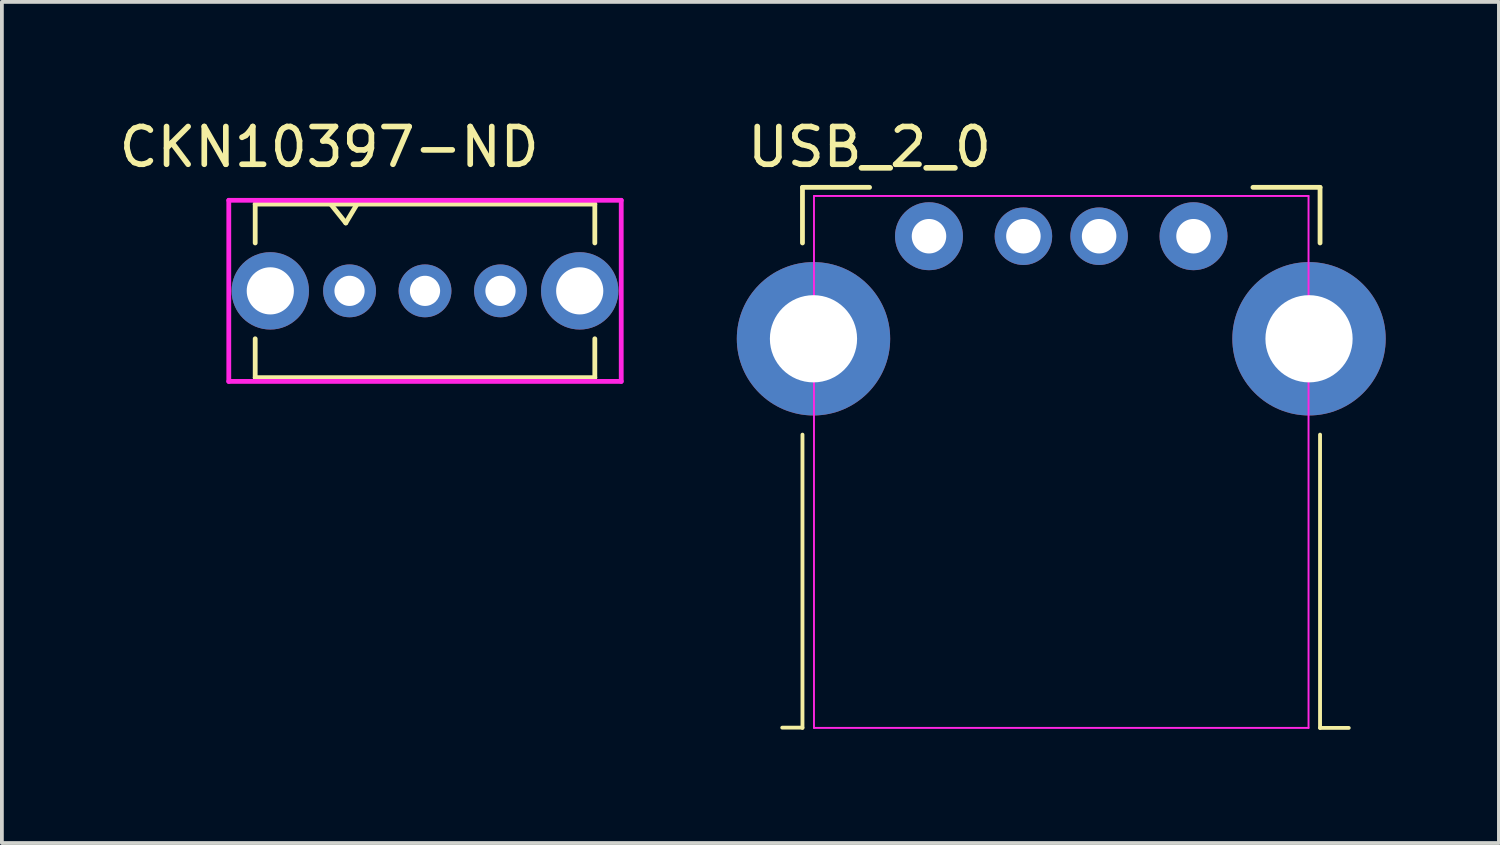
<source format=kicad_pcb>
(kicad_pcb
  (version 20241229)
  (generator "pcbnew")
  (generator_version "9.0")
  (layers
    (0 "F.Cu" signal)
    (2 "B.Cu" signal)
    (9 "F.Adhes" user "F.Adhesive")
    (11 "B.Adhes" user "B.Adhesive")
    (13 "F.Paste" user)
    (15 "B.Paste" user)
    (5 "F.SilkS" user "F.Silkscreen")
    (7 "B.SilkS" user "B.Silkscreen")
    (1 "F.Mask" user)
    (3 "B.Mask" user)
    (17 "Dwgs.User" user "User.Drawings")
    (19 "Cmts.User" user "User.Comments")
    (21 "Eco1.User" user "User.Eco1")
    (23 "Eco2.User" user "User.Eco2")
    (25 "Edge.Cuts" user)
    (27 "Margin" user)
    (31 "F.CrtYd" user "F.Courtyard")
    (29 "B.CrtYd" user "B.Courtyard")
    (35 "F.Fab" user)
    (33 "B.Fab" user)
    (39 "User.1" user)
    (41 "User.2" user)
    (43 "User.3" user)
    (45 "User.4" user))
  (footprint "CKN10397-ND"
    (layer "F.Cu")
    (at 8.213 4.658)
    (property "Reference" "CKN10397-ND" (at -2.54 -3.81 0) (layer "F.SilkS") (effects (font (size 1 1) (thickness 0.15))))
    (attr through_hole)
    (fp_line (start -4.5 -2.3) (end 4.5 -2.3) (stroke (width 0.127) (type solid)) (layer "F.SilkS"))
    (fp_line (start -4.5 -1.27) (end -4.5 -2.3) (stroke (width 0.127) (type solid)) (layer "F.SilkS"))
    (fp_line (start -4.5 2.3) (end -4.5 1.27) (stroke (width 0.127) (type solid)) (layer "F.SilkS"))
    (fp_line (start -4.5 2.3) (end 4.5 2.3) (stroke (width 0.127) (type solid)) (layer "F.SilkS"))
    (fp_line (start -2.5 -2.3) (end -2.1 -1.8) (stroke (width 0.127) (type solid)) (layer "F.SilkS"))
    (fp_line (start -2.1 -1.8) (end -1.8 -2.3) (stroke (width 0.127) (type solid)) (layer "F.SilkS"))
    (fp_line (start 4.5 -1.27) (end 4.5 -2.3) (stroke (width 0.127) (type solid)) (layer "F.SilkS"))
    (fp_line (start 4.5 2.3) (end 4.5 1.27) (stroke (width 0.127) (type solid)) (layer "F.SilkS"))
    (fp_line (start -5.2 -2.4) (end -5.2 2.4) (stroke (width 0.127) (type solid)) (layer "F.CrtYd"))
    (fp_line (start -5.2 -2.4) (end 5.2 -2.4) (stroke (width 0.127) (type solid)) (layer "F.CrtYd"))
    (fp_line (start -5.2 2.4) (end 5.2 2.4) (stroke (width 0.127) (type solid)) (layer "F.CrtYd"))
    (fp_line (start 5.2 -2.4) (end 5.2 2.4) (stroke (width 0.127) (type solid)) (layer "F.CrtYd"))
    (pad "1" thru_hole circle (at -2 0) (size 1.4 1.4) (drill 0.8) (layers "*.Cu" "*.Mask"))
    (pad "2" thru_hole circle (at 0 0) (size 1.4 1.4) (drill 0.8) (layers "*.Cu" "*.Mask"))
    (pad "3" thru_hole circle (at 2 0) (size 1.4 1.4) (drill 0.8) (layers "*.Cu" "*.Mask"))
    (pad "4" thru_hole circle (at 4.1 0) (size 2.05 2.05) (drill 1.25) (layers "*.Cu" "*.Mask"))
    (pad "5" thru_hole circle (at -4.1 0) (size 2.05 2.05) (drill 1.25) (layers "*.Cu" "*.Mask")))
  (footprint "USB_2_0"
    (layer "F.Cu")
    (at 25.074 5.928)
    (property "Reference" "USB_2_0" (at -5.08 -5.08 0) (layer "F.SilkS") (effects (font (size 1 1) (thickness 0.15))))
    (attr through_hole)
    (fp_line (start -6.858 -4.013) (end -6.858 -2.54) (stroke (width 0.127) (type solid)) (layer "F.SilkS"))
    (fp_line (start -6.858 -4.013) (end -5.08 -4.013) (stroke (width 0.127) (type solid)) (layer "F.SilkS"))
    (fp_line (start -6.858 2.54) (end -6.858 10.312) (stroke (width 0.102) (type solid)) (layer "F.SilkS"))
    (fp_line (start -6.858 10.305) (end -7.395 10.305) (stroke (width 0.1) (type solid)) (layer "F.SilkS"))
    (fp_line (start 5.08 -4.013) (end 6.858 -4.013) (stroke (width 0.127) (type solid)) (layer "F.SilkS"))
    (fp_line (start 6.858 -4.013) (end 6.858 -2.54) (stroke (width 0.127) (type solid)) (layer "F.SilkS"))
    (fp_line (start 6.858 2.54) (end 6.858 10.312) (stroke (width 0.102) (type solid)) (layer "F.SilkS"))
    (fp_line (start 6.858 10.312) (end 7.62 10.312) (stroke (width 0.1) (type solid)) (layer "F.SilkS"))
    (fp_line (start -6.553 -3.785) (end -6.553 10.312) (stroke (width 0.05) (type solid)) (layer "F.CrtYd"))
    (fp_line (start -6.553 -3.785) (end 6.553 -3.785) (stroke (width 0.05) (type solid)) (layer "F.CrtYd"))
    (fp_line (start -6.553 10.312) (end 6.553 10.312) (stroke (width 0.05) (type solid)) (layer "F.CrtYd"))
    (fp_line (start 6.553 -3.785) (end 6.553 10.312) (stroke (width 0.051) (type solid)) (layer "F.CrtYd"))
    (pad "1" thru_hole circle (at -3.505 -2.718) (size 1.8 1.8) (drill 0.914) (layers "*.Cu" "*.Mask"))
    (pad "2" thru_hole circle (at -1.003 -2.718) (size 1.524 1.524) (drill 0.914) (layers "*.Cu" "*.Mask"))
    (pad "3" thru_hole circle (at 1.003 -2.718) (size 1.524 1.524) (drill 0.914) (layers "*.Cu" "*.Mask"))
    (pad "4" thru_hole circle (at 3.505 -2.718) (size 1.8 1.8) (drill 0.914) (layers "*.Cu" "*.Mask"))
    (pad "5" thru_hole circle (at -6.566 0) (size 4.064 4.064) (drill 2.311) (layers "*.Cu" "*.Mask"))
    (pad "5" thru_hole circle (at 6.566 0) (size 4.064 4.064) (drill 2.311) (layers "*.Cu" "*.Mask")))
  (gr_rect
    (start -3 -3)
    (end 36.672 19.291)
    (stroke (width 0.1) (type default))
    (fill no)
    (layer "Edge.Cuts")))
</source>
